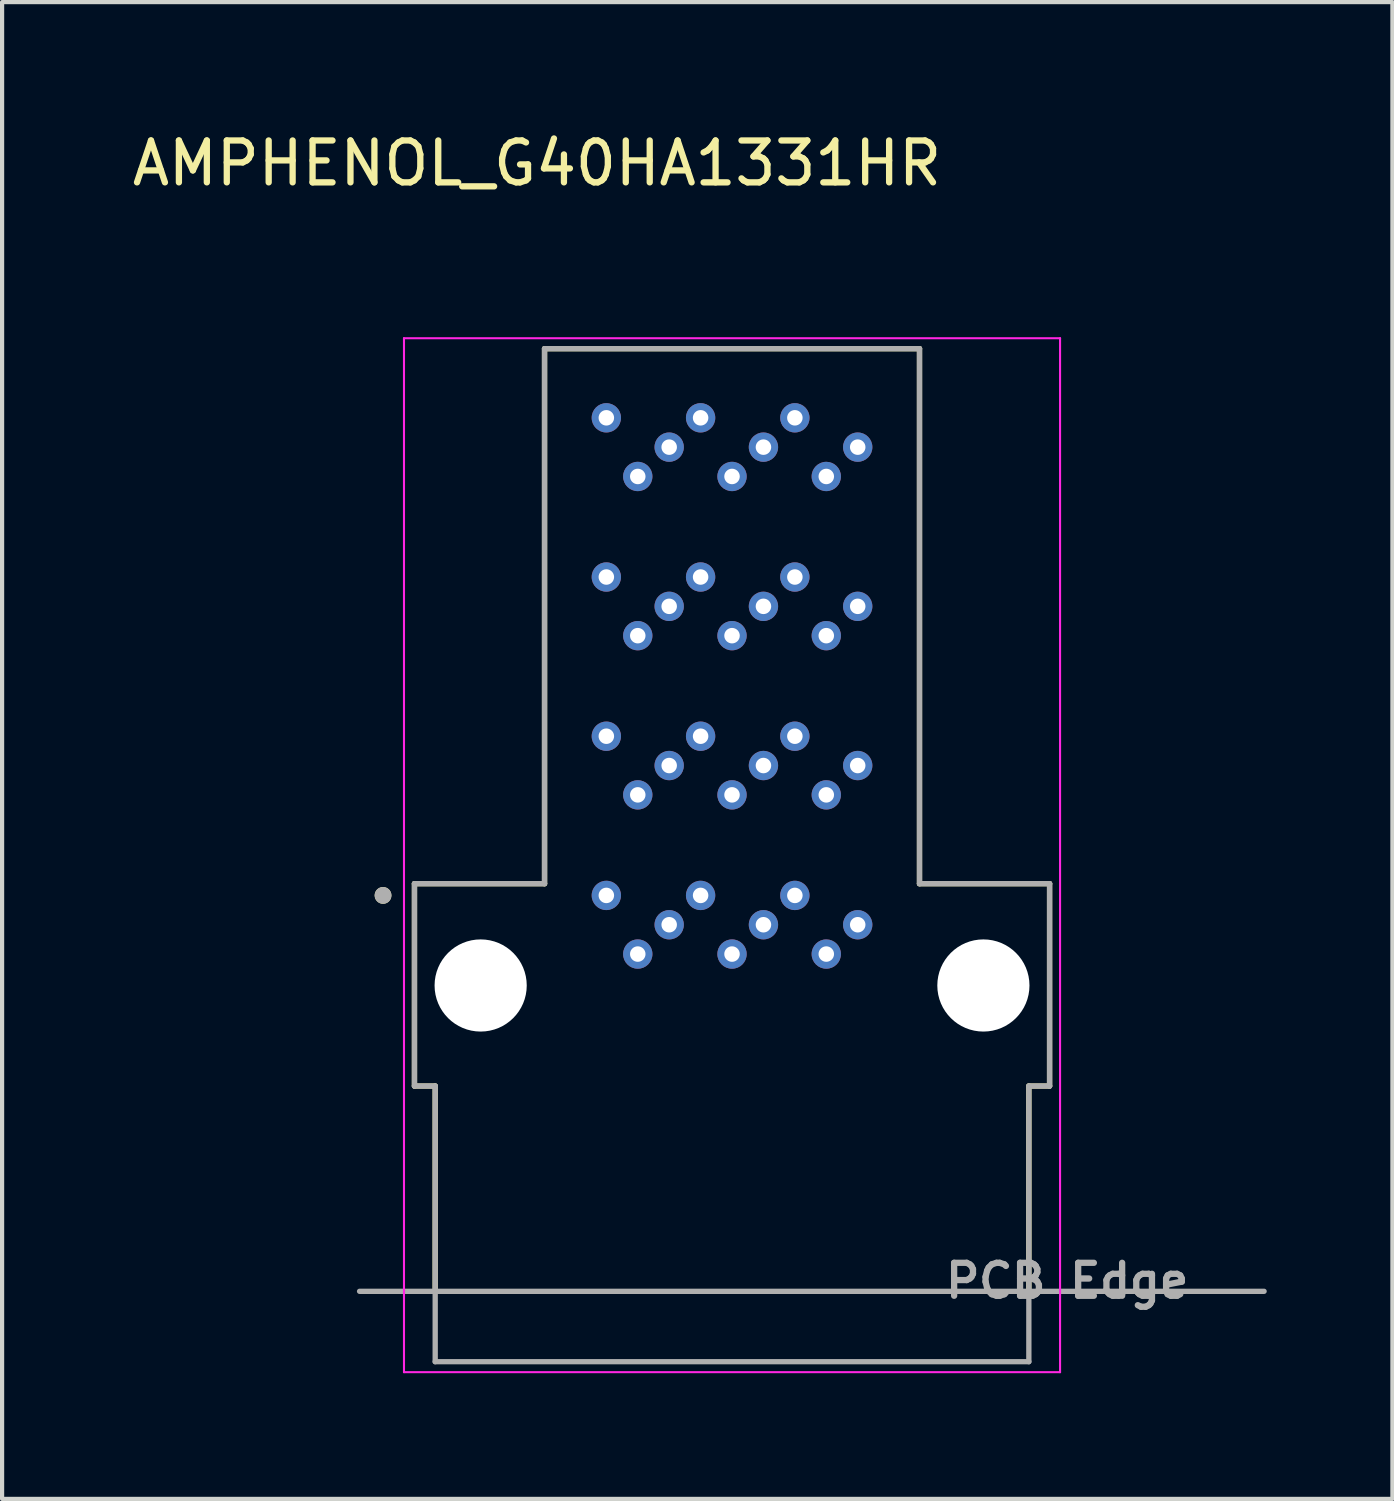
<source format=kicad_pcb>
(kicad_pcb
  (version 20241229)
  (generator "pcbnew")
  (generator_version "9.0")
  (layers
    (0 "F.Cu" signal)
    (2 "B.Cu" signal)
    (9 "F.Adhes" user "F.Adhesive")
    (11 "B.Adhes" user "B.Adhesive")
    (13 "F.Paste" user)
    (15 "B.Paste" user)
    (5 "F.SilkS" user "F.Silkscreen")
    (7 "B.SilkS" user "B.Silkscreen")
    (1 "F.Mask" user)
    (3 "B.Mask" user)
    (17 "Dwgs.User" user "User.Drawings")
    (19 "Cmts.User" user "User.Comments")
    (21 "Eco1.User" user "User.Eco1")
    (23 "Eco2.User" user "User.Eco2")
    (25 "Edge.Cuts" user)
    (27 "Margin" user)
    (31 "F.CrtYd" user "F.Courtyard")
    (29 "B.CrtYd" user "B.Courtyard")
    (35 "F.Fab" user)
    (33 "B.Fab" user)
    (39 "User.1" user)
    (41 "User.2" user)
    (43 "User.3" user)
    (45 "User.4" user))
  (footprint "AMPHENOL_G40HA1331HR"
    (layer "F.Cu")
    (at 14.423 19.023)
    (property "Reference" "AMPHENOL_G40HA1331HR" (at -4.655 -18.175 0) (layer "F.SilkS") (effects (font (size 1 1) (thickness 0.15))))
    (attr through_hole)
    (fp_line (start -7.58 -0.98) (end -4.475 -0.98) (stroke (width 0.127) (type solid)) (layer "F.SilkS"))
    (fp_line (start -7.58 3.85) (end -7.58 -0.98) (stroke (width 0.127) (type solid)) (layer "F.SilkS"))
    (fp_line (start -7.085 3.85) (end -7.58 3.85) (stroke (width 0.127) (type solid)) (layer "F.SilkS"))
    (fp_line (start -7.085 8.75) (end -7.085 3.85) (stroke (width 0.127) (type solid)) (layer "F.SilkS"))
    (fp_line (start -4.475 -13.75) (end 4.475 -13.75) (stroke (width 0.127) (type solid)) (layer "F.SilkS"))
    (fp_line (start -4.475 -0.98) (end -4.475 -13.75) (stroke (width 0.127) (type solid)) (layer "F.SilkS"))
    (fp_line (start 4.475 -13.75) (end 4.475 -0.98) (stroke (width 0.127) (type solid)) (layer "F.SilkS"))
    (fp_line (start 4.475 -0.98) (end 7.58 -0.98) (stroke (width 0.127) (type solid)) (layer "F.SilkS"))
    (fp_line (start 7.085 3.85) (end 7.085 8.75) (stroke (width 0.127) (type solid)) (layer "F.SilkS"))
    (fp_line (start 7.58 -0.98) (end 7.58 3.85) (stroke (width 0.127) (type solid)) (layer "F.SilkS"))
    (fp_line (start 7.58 3.85) (end 7.085 3.85) (stroke (width 0.127) (type solid)) (layer "F.SilkS"))
    (fp_circle (center -8.33 -0.7) (end -8.23 -0.7) (stroke (width 0.2) (type solid)) (fill no) (layer "F.SilkS"))
    (fp_line (start -7.83 -14) (end -7.83 10.68) (stroke (width 0.05) (type solid)) (layer "F.CrtYd"))
    (fp_line (start -7.83 10.68) (end 7.83 10.68) (stroke (width 0.05) (type solid)) (layer "F.CrtYd"))
    (fp_line (start 7.83 -14) (end -7.83 -14) (stroke (width 0.05) (type solid)) (layer "F.CrtYd"))
    (fp_line (start 7.83 10.68) (end 7.83 -14) (stroke (width 0.05) (type solid)) (layer "F.CrtYd"))
    (fp_line (start -8.89 8.75) (end 12.7 8.75) (stroke (width 0.127) (type solid)) (layer "F.Fab"))
    (fp_line (start -7.58 -0.98) (end -4.475 -0.98) (stroke (width 0.127) (type solid)) (layer "F.Fab"))
    (fp_line (start -7.58 3.85) (end -7.58 -0.98) (stroke (width 0.127) (type solid)) (layer "F.Fab"))
    (fp_line (start -7.085 3.85) (end -7.58 3.85) (stroke (width 0.127) (type solid)) (layer "F.Fab"))
    (fp_line (start -7.085 10.43) (end -7.085 3.85) (stroke (width 0.127) (type solid)) (layer "F.Fab"))
    (fp_line (start -4.475 -13.75) (end 4.475 -13.75) (stroke (width 0.127) (type solid)) (layer "F.Fab"))
    (fp_line (start -4.475 -0.98) (end -4.475 -13.75) (stroke (width 0.127) (type solid)) (layer "F.Fab"))
    (fp_line (start 4.475 -13.75) (end 4.475 -0.98) (stroke (width 0.127) (type solid)) (layer "F.Fab"))
    (fp_line (start 4.475 -0.98) (end 7.58 -0.98) (stroke (width 0.127) (type solid)) (layer "F.Fab"))
    (fp_line (start 7.085 3.85) (end 7.085 10.43) (stroke (width 0.127) (type solid)) (layer "F.Fab"))
    (fp_line (start 7.085 10.43) (end -7.085 10.43) (stroke (width 0.127) (type solid)) (layer "F.Fab"))
    (fp_line (start 7.58 -0.98) (end 7.58 3.85) (stroke (width 0.127) (type solid)) (layer "F.Fab"))
    (fp_line (start 7.58 3.85) (end 7.085 3.85) (stroke (width 0.127) (type solid)) (layer "F.Fab"))
    (fp_circle (center -8.33 -0.7) (end -8.23 -0.7) (stroke (width 0.2) (type solid)) (fill no) (layer "F.Fab"))
    (fp_text user "PCB Edge" (at 8 8.5 0) (layer "F.Fab") (effects (font (size 0.787 0.787) (thickness 0.15))))
    (pad "" np_thru_hole circle (at -6 1.45) (size 2.2 2.2) (drill 2.2) (layers "*.Cu" "*.Mask"))
    (pad "" np_thru_hole circle (at 6 1.45) (size 2.2 2.2) (drill 2.2) (layers "*.Cu" "*.Mask"))
    (pad "A1" thru_hole circle (at -3 -0.7) (size 0.7 0.7) (drill 0.37) (layers "*.Cu" "*.Mask"))
    (pad "A2" thru_hole circle (at -2.25 0.7) (size 0.7 0.7) (drill 0.37) (layers "*.Cu" "*.Mask"))
    (pad "A3" thru_hole circle (at -1.5 0) (size 0.7 0.7) (drill 0.37) (layers "*.Cu" "*.Mask"))
    (pad "A4" thru_hole circle (at -0.75 -0.7) (size 0.7 0.7) (drill 0.37) (layers "*.Cu" "*.Mask"))
    (pad "A5" thru_hole circle (at 0 0.7) (size 0.7 0.7) (drill 0.37) (layers "*.Cu" "*.Mask"))
    (pad "A6" thru_hole circle (at 0.75 0) (size 0.7 0.7) (drill 0.37) (layers "*.Cu" "*.Mask"))
    (pad "A7" thru_hole circle (at 1.5 -0.7) (size 0.7 0.7) (drill 0.37) (layers "*.Cu" "*.Mask"))
    (pad "A8" thru_hole circle (at 2.25 0.7) (size 0.7 0.7) (drill 0.37) (layers "*.Cu" "*.Mask"))
    (pad "A9" thru_hole circle (at 3 0) (size 0.7 0.7) (drill 0.37) (layers "*.Cu" "*.Mask"))
    (pad "B1" thru_hole circle (at -3 -4.5) (size 0.7 0.7) (drill 0.37) (layers "*.Cu" "*.Mask"))
    (pad "B2" thru_hole circle (at -2.25 -3.1) (size 0.7 0.7) (drill 0.37) (layers "*.Cu" "*.Mask"))
    (pad "B3" thru_hole circle (at -1.5 -3.8) (size 0.7 0.7) (drill 0.37) (layers "*.Cu" "*.Mask"))
    (pad "B4" thru_hole circle (at -0.75 -4.5) (size 0.7 0.7) (drill 0.37) (layers "*.Cu" "*.Mask"))
    (pad "B5" thru_hole circle (at 0 -3.1) (size 0.7 0.7) (drill 0.37) (layers "*.Cu" "*.Mask"))
    (pad "B6" thru_hole circle (at 0.75 -3.8) (size 0.7 0.7) (drill 0.37) (layers "*.Cu" "*.Mask"))
    (pad "B7" thru_hole circle (at 1.5 -4.5) (size 0.7 0.7) (drill 0.37) (layers "*.Cu" "*.Mask"))
    (pad "B8" thru_hole circle (at 2.25 -3.1) (size 0.7 0.7) (drill 0.37) (layers "*.Cu" "*.Mask"))
    (pad "B9" thru_hole circle (at 3 -3.8) (size 0.7 0.7) (drill 0.37) (layers "*.Cu" "*.Mask"))
    (pad "C1" thru_hole circle (at -3 -8.3) (size 0.7 0.7) (drill 0.37) (layers "*.Cu" "*.Mask"))
    (pad "C2" thru_hole circle (at -2.25 -6.9) (size 0.7 0.7) (drill 0.37) (layers "*.Cu" "*.Mask"))
    (pad "C3" thru_hole circle (at -1.5 -7.6) (size 0.7 0.7) (drill 0.37) (layers "*.Cu" "*.Mask"))
    (pad "C4" thru_hole circle (at -0.75 -8.3) (size 0.7 0.7) (drill 0.37) (layers "*.Cu" "*.Mask"))
    (pad "C5" thru_hole circle (at 0 -6.9) (size 0.7 0.7) (drill 0.37) (layers "*.Cu" "*.Mask"))
    (pad "C6" thru_hole circle (at 0.75 -7.6) (size 0.7 0.7) (drill 0.37) (layers "*.Cu" "*.Mask"))
    (pad "C7" thru_hole circle (at 1.5 -8.3) (size 0.7 0.7) (drill 0.37) (layers "*.Cu" "*.Mask"))
    (pad "C8" thru_hole circle (at 2.25 -6.9) (size 0.7 0.7) (drill 0.37) (layers "*.Cu" "*.Mask"))
    (pad "C9" thru_hole circle (at 3 -7.6) (size 0.7 0.7) (drill 0.37) (layers "*.Cu" "*.Mask"))
    (pad "D1" thru_hole circle (at -3 -12.1) (size 0.7 0.7) (drill 0.37) (layers "*.Cu" "*.Mask"))
    (pad "D2" thru_hole circle (at -2.25 -10.7) (size 0.7 0.7) (drill 0.37) (layers "*.Cu" "*.Mask"))
    (pad "D3" thru_hole circle (at -1.5 -11.4) (size 0.7 0.7) (drill 0.37) (layers "*.Cu" "*.Mask"))
    (pad "D4" thru_hole circle (at -0.75 -12.1) (size 0.7 0.7) (drill 0.37) (layers "*.Cu" "*.Mask"))
    (pad "D5" thru_hole circle (at 0 -10.7) (size 0.7 0.7) (drill 0.37) (layers "*.Cu" "*.Mask"))
    (pad "D6" thru_hole circle (at 0.75 -11.4) (size 0.7 0.7) (drill 0.37) (layers "*.Cu" "*.Mask"))
    (pad "D7" thru_hole circle (at 1.5 -12.1) (size 0.7 0.7) (drill 0.37) (layers "*.Cu" "*.Mask"))
    (pad "D8" thru_hole circle (at 2.25 -10.7) (size 0.7 0.7) (drill 0.37) (layers "*.Cu" "*.Mask"))
    (pad "D9" thru_hole circle (at 3 -11.4) (size 0.7 0.7) (drill 0.37) (layers "*.Cu" "*.Mask")))
  (gr_rect
    (start -3 -3)
    (end 30.186 32.728)
    (stroke (width 0.1) (type default))
    (fill no)
    (layer "Edge.Cuts")))
</source>
